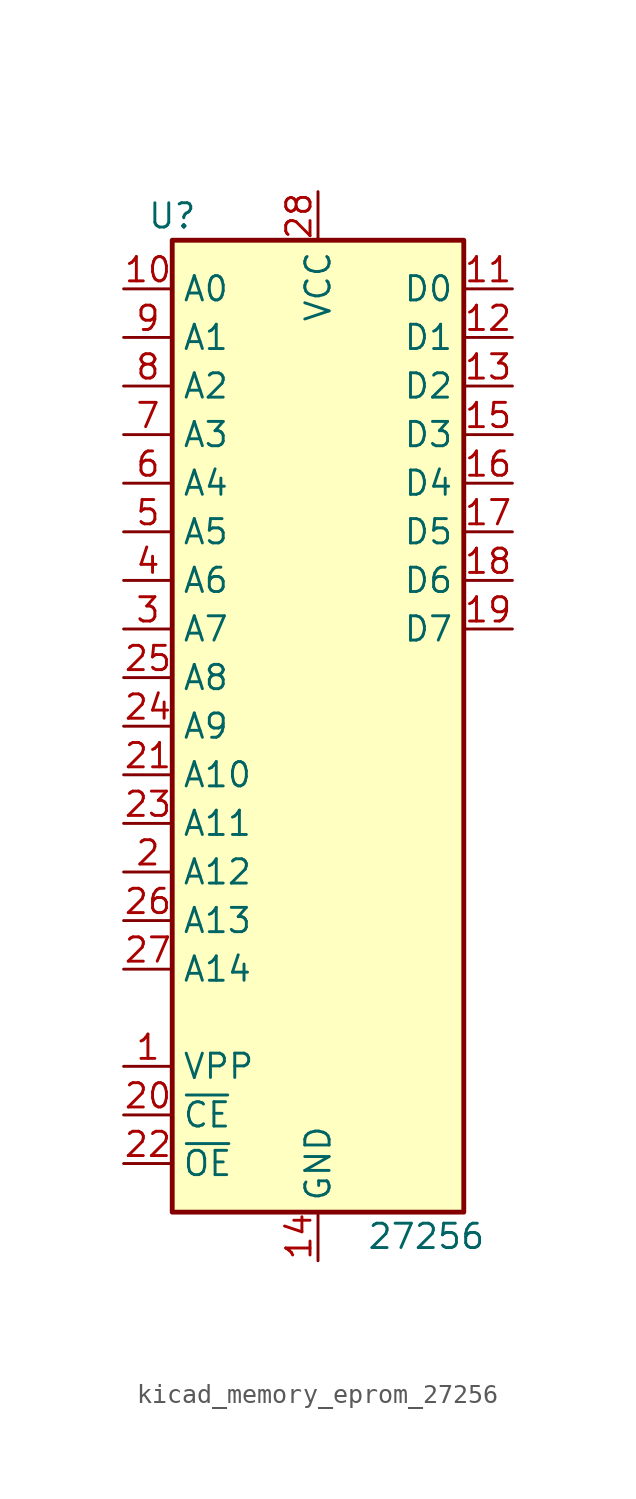
<source format=kicad_sym>
(kicad_symbol_lib
  (version 20220914)
  (generator kicad_symbol_editor)
  (symbol "kicad_memory_eprom_27256"
    (property "Reference" "U"
      (at -7.62 26.67 0)
      (effects (font (size 1.27 1.27))))
    (property "Value" "27256"
      (at 2.54 -26.67 0)
      (effects (font (size 1.27 1.27)) (justify left)))
    (symbol "kicad_memory_eprom_27256_1_1"
      (rectangle (start -7.62 25.4) (end 7.62 -25.4) (stroke (width 0.254) (type default)) (fill (type background)))
      (pin input line (at -10.16 -17.78 0) (length 2.54) (name "VPP" (effects (font (size 1.27 1.27)))) (number "1" (effects (font (size 1.27 1.27)))))
      (pin input line (at -10.16 22.86 0) (length 2.54) (name "A0" (effects (font (size 1.27 1.27)))) (number "10" (effects (font (size 1.27 1.27)))))
      (pin tri_state line (at 10.16 22.86 180) (length 2.54) (name "D0" (effects (font (size 1.27 1.27)))) (number "11" (effects (font (size 1.27 1.27)))))
      (pin tri_state line (at 10.16 20.32 180) (length 2.54) (name "D1" (effects (font (size 1.27 1.27)))) (number "12" (effects (font (size 1.27 1.27)))))
      (pin tri_state line (at 10.16 17.78 180) (length 2.54) (name "D2" (effects (font (size 1.27 1.27)))) (number "13" (effects (font (size 1.27 1.27)))))
      (pin power_in line (at 0 -27.94 90) (length 2.54) (name "GND" (effects (font (size 1.27 1.27)))) (number "14" (effects (font (size 1.27 1.27)))))
      (pin tri_state line (at 10.16 15.24 180) (length 2.54) (name "D3" (effects (font (size 1.27 1.27)))) (number "15" (effects (font (size 1.27 1.27)))))
      (pin tri_state line (at 10.16 12.7 180) (length 2.54) (name "D4" (effects (font (size 1.27 1.27)))) (number "16" (effects (font (size 1.27 1.27)))))
      (pin tri_state line (at 10.16 10.16 180) (length 2.54) (name "D5" (effects (font (size 1.27 1.27)))) (number "17" (effects (font (size 1.27 1.27)))))
      (pin tri_state line (at 10.16 7.62 180) (length 2.54) (name "D6" (effects (font (size 1.27 1.27)))) (number "18" (effects (font (size 1.27 1.27)))))
      (pin tri_state line (at 10.16 5.08 180) (length 2.54) (name "D7" (effects (font (size 1.27 1.27)))) (number "19" (effects (font (size 1.27 1.27)))))
      (pin input line (at -10.16 -7.62 0) (length 2.54) (name "A12" (effects (font (size 1.27 1.27)))) (number "2" (effects (font (size 1.27 1.27)))))
      (pin input line (at -10.16 -20.32 0) (length 2.54) (name "~{CE}" (effects (font (size 1.27 1.27)))) (number "20" (effects (font (size 1.27 1.27)))))
      (pin input line (at -10.16 -2.54 0) (length 2.54) (name "A10" (effects (font (size 1.27 1.27)))) (number "21" (effects (font (size 1.27 1.27)))))
      (pin input line (at -10.16 -22.86 0) (length 2.54) (name "~{OE}" (effects (font (size 1.27 1.27)))) (number "22" (effects (font (size 1.27 1.27)))))
      (pin input line (at -10.16 -5.08 0) (length 2.54) (name "A11" (effects (font (size 1.27 1.27)))) (number "23" (effects (font (size 1.27 1.27)))))
      (pin input line (at -10.16 0 0) (length 2.54) (name "A9" (effects (font (size 1.27 1.27)))) (number "24" (effects (font (size 1.27 1.27)))))
      (pin input line (at -10.16 2.54 0) (length 2.54) (name "A8" (effects (font (size 1.27 1.27)))) (number "25" (effects (font (size 1.27 1.27)))))
      (pin input line (at -10.16 -10.16 0) (length 2.54) (name "A13" (effects (font (size 1.27 1.27)))) (number "26" (effects (font (size 1.27 1.27)))))
      (pin input line (at -10.16 -12.7 0) (length 2.54) (name "A14" (effects (font (size 1.27 1.27)))) (number "27" (effects (font (size 1.27 1.27)))))
      (pin power_in line (at 0 27.94 270) (length 2.54) (name "VCC" (effects (font (size 1.27 1.27)))) (number "28" (effects (font (size 1.27 1.27)))))
      (pin input line (at -10.16 5.08 0) (length 2.54) (name "A7" (effects (font (size 1.27 1.27)))) (number "3" (effects (font (size 1.27 1.27)))))
      (pin input line (at -10.16 7.62 0) (length 2.54) (name "A6" (effects (font (size 1.27 1.27)))) (number "4" (effects (font (size 1.27 1.27)))))
      (pin input line (at -10.16 10.16 0) (length 2.54) (name "A5" (effects (font (size 1.27 1.27)))) (number "5" (effects (font (size 1.27 1.27)))))
      (pin input line (at -10.16 12.7 0) (length 2.54) (name "A4" (effects (font (size 1.27 1.27)))) (number "6" (effects (font (size 1.27 1.27)))))
      (pin input line (at -10.16 15.24 0) (length 2.54) (name "A3" (effects (font (size 1.27 1.27)))) (number "7" (effects (font (size 1.27 1.27)))))
      (pin input line (at -10.16 17.78 0) (length 2.54) (name "A2" (effects (font (size 1.27 1.27)))) (number "8" (effects (font (size 1.27 1.27)))))
      (pin input line (at -10.16 20.32 0) (length 2.54) (name "A1" (effects (font (size 1.27 1.27)))) (number "9" (effects (font (size 1.27 1.27))))))))
</source>
